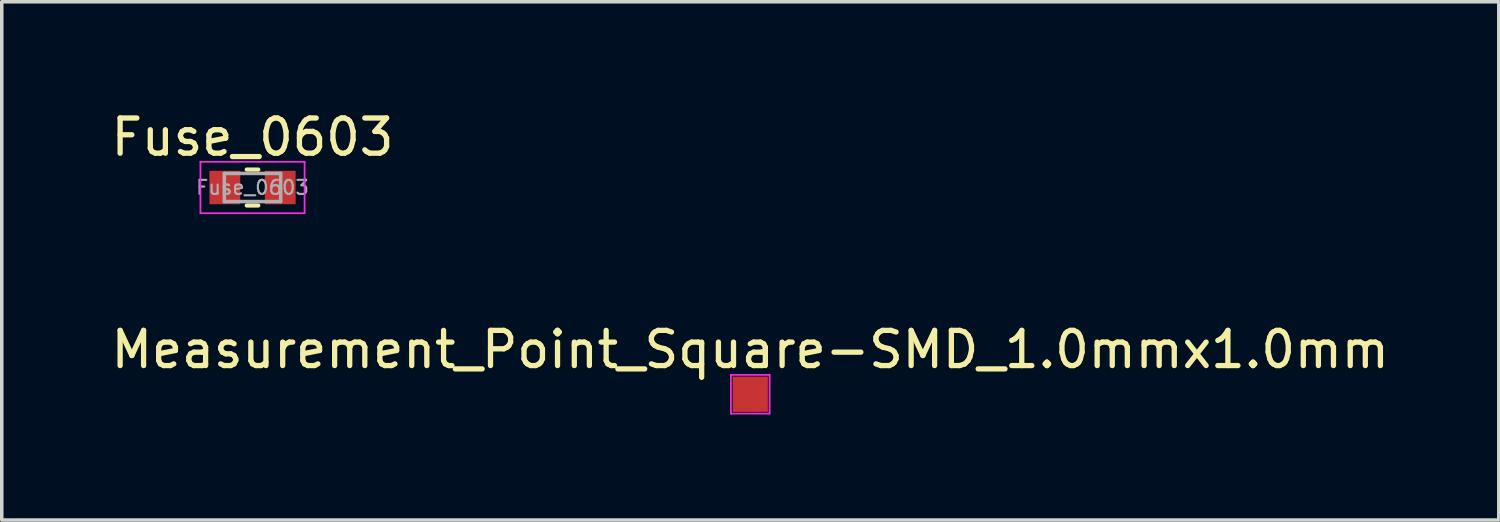
<source format=kicad_pcb>
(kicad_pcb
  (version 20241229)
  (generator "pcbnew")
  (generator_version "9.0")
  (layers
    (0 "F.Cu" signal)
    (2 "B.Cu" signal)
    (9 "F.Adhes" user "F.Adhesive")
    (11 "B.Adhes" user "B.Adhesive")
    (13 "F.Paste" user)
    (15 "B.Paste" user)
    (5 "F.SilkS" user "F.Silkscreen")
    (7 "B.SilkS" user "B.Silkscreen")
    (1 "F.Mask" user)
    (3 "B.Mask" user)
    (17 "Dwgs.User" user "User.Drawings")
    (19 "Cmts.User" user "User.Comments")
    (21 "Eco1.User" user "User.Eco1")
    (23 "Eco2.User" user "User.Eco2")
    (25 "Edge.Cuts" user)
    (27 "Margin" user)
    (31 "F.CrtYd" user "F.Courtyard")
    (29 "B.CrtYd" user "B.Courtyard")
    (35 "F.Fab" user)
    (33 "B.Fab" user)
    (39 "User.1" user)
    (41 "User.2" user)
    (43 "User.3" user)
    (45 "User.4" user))
  (footprint "Measurement_Point_Square-SMD_1.0mmx1.0mm"
    (layer "F.Cu")
    (at 18.268 8.152)
    (property "Reference" "Measurement_Point_Square-SMD_1.0mmx1.0mm" (at 0 -1.27 0) (layer "F.SilkS") (effects (font (size 1 1) (thickness 0.15))))
    (attr exclude_from_pos_files exclude_from_bom)
    (fp_line (start -0.55 -0.55) (end 0.55 -0.55) (stroke (width 0.05) (type solid)) (layer "F.CrtYd"))
    (fp_line (start -0.55 0.55) (end -0.55 -0.55) (stroke (width 0.05) (type solid)) (layer "F.CrtYd"))
    (fp_line (start 0.55 -0.55) (end 0.55 0.55) (stroke (width 0.05) (type solid)) (layer "F.CrtYd"))
    (fp_line (start 0.55 0.55) (end -0.55 0.55) (stroke (width 0.05) (type solid)) (layer "F.CrtYd"))
    (pad "1" smd rect (at 0 0) (size 1 1) (layers "F.Cu" "F.Mask")))
  (footprint "Fuse_0603"
    (layer "F.Cu")
    (at 4.125 2.278)
    (property "Reference" "Fuse_0603" (at 0 -1.43 0) (layer "F.SilkS") (effects (font (size 1 1) (thickness 0.15))))
    (attr smd)
    (fp_line (start -0.163 -0.51) (end 0.163 -0.51) (stroke (width 0.12) (type solid)) (layer "F.SilkS"))
    (fp_line (start -0.163 0.51) (end 0.163 0.51) (stroke (width 0.12) (type solid)) (layer "F.SilkS"))
    (fp_line (start -1.48 -0.73) (end 1.48 -0.73) (stroke (width 0.05) (type solid)) (layer "F.CrtYd"))
    (fp_line (start -1.48 0.73) (end -1.48 -0.73) (stroke (width 0.05) (type solid)) (layer "F.CrtYd"))
    (fp_line (start 1.48 -0.73) (end 1.48 0.73) (stroke (width 0.05) (type solid)) (layer "F.CrtYd"))
    (fp_line (start 1.48 0.73) (end -1.48 0.73) (stroke (width 0.05) (type solid)) (layer "F.CrtYd"))
    (fp_line (start -0.8 -0.4) (end 0.8 -0.4) (stroke (width 0.1) (type solid)) (layer "F.Fab"))
    (fp_line (start -0.8 0.4) (end -0.8 -0.4) (stroke (width 0.1) (type solid)) (layer "F.Fab"))
    (fp_line (start 0.8 -0.4) (end 0.8 0.4) (stroke (width 0.1) (type solid)) (layer "F.Fab"))
    (fp_line (start 0.8 0.4) (end -0.8 0.4) (stroke (width 0.1) (type solid)) (layer "F.Fab"))
    (fp_text user "${REFERENCE}" (at 0 0 0) (layer "F.Fab") (effects (font (size 0.4 0.4) (thickness 0.06))))
    (pad "1" smd rect (at -0.787 0) (size 0.875 0.95) (layers "F.Cu" "F.Mask" "F.Paste"))
    (pad "2" smd rect (at 0.787 0) (size 0.875 0.95) (layers "F.Cu" "F.Mask" "F.Paste")))
  (gr_rect
    (start -3 -3)
    (end 39.536 11.726)
    (stroke (width 0.1) (type default))
    (fill no)
    (layer "Edge.Cuts")))
</source>
